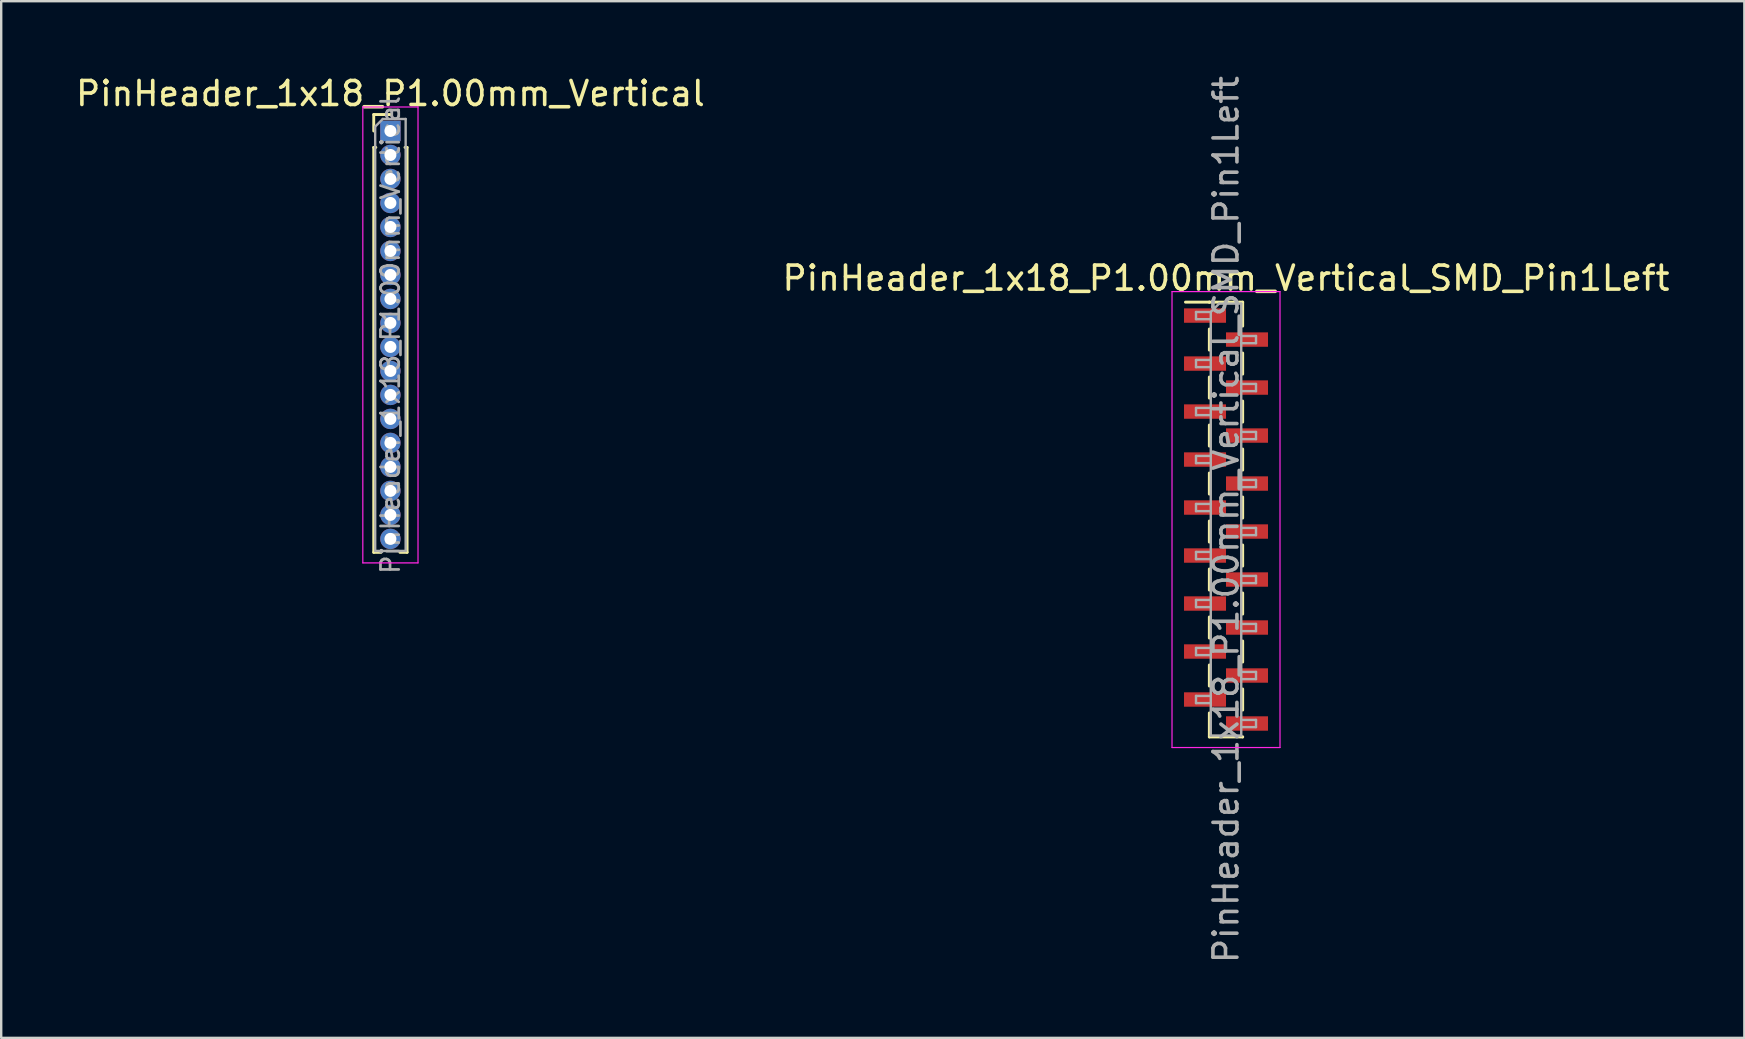
<source format=kicad_pcb>
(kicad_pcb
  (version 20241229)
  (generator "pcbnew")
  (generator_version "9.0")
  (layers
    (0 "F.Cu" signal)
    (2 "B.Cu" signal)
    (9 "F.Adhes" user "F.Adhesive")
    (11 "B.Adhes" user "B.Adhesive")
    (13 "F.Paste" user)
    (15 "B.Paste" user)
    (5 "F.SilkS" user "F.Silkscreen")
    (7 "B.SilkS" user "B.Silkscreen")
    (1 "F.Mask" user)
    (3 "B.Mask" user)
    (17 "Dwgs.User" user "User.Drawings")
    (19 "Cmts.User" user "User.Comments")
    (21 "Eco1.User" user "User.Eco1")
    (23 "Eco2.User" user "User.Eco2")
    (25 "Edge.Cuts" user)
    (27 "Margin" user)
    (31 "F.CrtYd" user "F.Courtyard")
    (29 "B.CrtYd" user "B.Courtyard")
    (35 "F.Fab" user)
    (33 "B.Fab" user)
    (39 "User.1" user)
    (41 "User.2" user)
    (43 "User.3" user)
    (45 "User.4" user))
  (footprint "PinHeader_1x18_P1.00mm_Vertical_SMD_Pin1Left"
    (layer "F.Cu")
    (at 48.042 18.601)
    (property "Reference" "PinHeader_1x18_P1.00mm_Vertical_SMD_Pin1Left" (at 0 -10.06 0) (layer "F.SilkS") (effects (font (size 1 1) (thickness 0.15))))
    (attr smd)
    (fp_line (start -0.695 -9.06) (end -1.69 -9.06) (stroke (width 0.12) (type solid)) (layer "F.SilkS"))
    (fp_line (start -0.695 -9.06) (end -0.695 -9.06) (stroke (width 0.12) (type solid)) (layer "F.SilkS"))
    (fp_line (start -0.695 -9.06) (end 0.695 -9.06) (stroke (width 0.12) (type solid)) (layer "F.SilkS"))
    (fp_line (start -0.695 -7.94) (end -0.695 -7.06) (stroke (width 0.12) (type solid)) (layer "F.SilkS"))
    (fp_line (start -0.695 -5.94) (end -0.695 -5.06) (stroke (width 0.12) (type solid)) (layer "F.SilkS"))
    (fp_line (start -0.695 -3.94) (end -0.695 -3.06) (stroke (width 0.12) (type solid)) (layer "F.SilkS"))
    (fp_line (start -0.695 -1.94) (end -0.695 -1.06) (stroke (width 0.12) (type solid)) (layer "F.SilkS"))
    (fp_line (start -0.695 0.06) (end -0.695 0.94) (stroke (width 0.12) (type solid)) (layer "F.SilkS"))
    (fp_line (start -0.695 2.06) (end -0.695 2.94) (stroke (width 0.12) (type solid)) (layer "F.SilkS"))
    (fp_line (start -0.695 4.06) (end -0.695 4.94) (stroke (width 0.12) (type solid)) (layer "F.SilkS"))
    (fp_line (start -0.695 6.06) (end -0.695 6.94) (stroke (width 0.12) (type solid)) (layer "F.SilkS"))
    (fp_line (start -0.695 8.06) (end -0.695 9.06) (stroke (width 0.12) (type solid)) (layer "F.SilkS"))
    (fp_line (start -0.695 9.06) (end 0.695 9.06) (stroke (width 0.12) (type solid)) (layer "F.SilkS"))
    (fp_line (start 0.695 -9.06) (end 0.695 -8.06) (stroke (width 0.12) (type solid)) (layer "F.SilkS"))
    (fp_line (start 0.695 -6.94) (end 0.695 -6.06) (stroke (width 0.12) (type solid)) (layer "F.SilkS"))
    (fp_line (start 0.695 -4.94) (end 0.695 -4.06) (stroke (width 0.12) (type solid)) (layer "F.SilkS"))
    (fp_line (start 0.695 -2.94) (end 0.695 -2.06) (stroke (width 0.12) (type solid)) (layer "F.SilkS"))
    (fp_line (start 0.695 -0.94) (end 0.695 -0.06) (stroke (width 0.12) (type solid)) (layer "F.SilkS"))
    (fp_line (start 0.695 1.06) (end 0.695 1.94) (stroke (width 0.12) (type solid)) (layer "F.SilkS"))
    (fp_line (start 0.695 3.06) (end 0.695 3.94) (stroke (width 0.12) (type solid)) (layer "F.SilkS"))
    (fp_line (start 0.695 5.06) (end 0.695 5.94) (stroke (width 0.12) (type solid)) (layer "F.SilkS"))
    (fp_line (start 0.695 7.06) (end 0.695 7.94) (stroke (width 0.12) (type solid)) (layer "F.SilkS"))
    (fp_line (start 0.695 9.06) (end 0.695 9.06) (stroke (width 0.12) (type solid)) (layer "F.SilkS"))
    (fp_line (start -2.25 -9.5) (end -2.25 9.5) (stroke (width 0.05) (type solid)) (layer "F.CrtYd"))
    (fp_line (start -2.25 9.5) (end 2.25 9.5) (stroke (width 0.05) (type solid)) (layer "F.CrtYd"))
    (fp_line (start 2.25 -9.5) (end -2.25 -9.5) (stroke (width 0.05) (type solid)) (layer "F.CrtYd"))
    (fp_line (start 2.25 9.5) (end 2.25 -9.5) (stroke (width 0.05) (type solid)) (layer "F.CrtYd"))
    (fp_line (start -1.25 -8.65) (end -1.25 -8.35) (stroke (width 0.1) (type solid)) (layer "F.Fab"))
    (fp_line (start -1.25 -8.35) (end -0.635 -8.35) (stroke (width 0.1) (type solid)) (layer "F.Fab"))
    (fp_line (start -1.25 -6.65) (end -1.25 -6.35) (stroke (width 0.1) (type solid)) (layer "F.Fab"))
    (fp_line (start -1.25 -6.35) (end -0.635 -6.35) (stroke (width 0.1) (type solid)) (layer "F.Fab"))
    (fp_line (start -1.25 -4.65) (end -1.25 -4.35) (stroke (width 0.1) (type solid)) (layer "F.Fab"))
    (fp_line (start -1.25 -4.35) (end -0.635 -4.35) (stroke (width 0.1) (type solid)) (layer "F.Fab"))
    (fp_line (start -1.25 -2.65) (end -1.25 -2.35) (stroke (width 0.1) (type solid)) (layer "F.Fab"))
    (fp_line (start -1.25 -2.35) (end -0.635 -2.35) (stroke (width 0.1) (type solid)) (layer "F.Fab"))
    (fp_line (start -1.25 -0.65) (end -1.25 -0.35) (stroke (width 0.1) (type solid)) (layer "F.Fab"))
    (fp_line (start -1.25 -0.35) (end -0.635 -0.35) (stroke (width 0.1) (type solid)) (layer "F.Fab"))
    (fp_line (start -1.25 1.35) (end -1.25 1.65) (stroke (width 0.1) (type solid)) (layer "F.Fab"))
    (fp_line (start -1.25 1.65) (end -0.635 1.65) (stroke (width 0.1) (type solid)) (layer "F.Fab"))
    (fp_line (start -1.25 3.35) (end -1.25 3.65) (stroke (width 0.1) (type solid)) (layer "F.Fab"))
    (fp_line (start -1.25 3.65) (end -0.635 3.65) (stroke (width 0.1) (type solid)) (layer "F.Fab"))
    (fp_line (start -1.25 5.35) (end -1.25 5.65) (stroke (width 0.1) (type solid)) (layer "F.Fab"))
    (fp_line (start -1.25 5.65) (end -0.635 5.65) (stroke (width 0.1) (type solid)) (layer "F.Fab"))
    (fp_line (start -1.25 7.35) (end -1.25 7.65) (stroke (width 0.1) (type solid)) (layer "F.Fab"))
    (fp_line (start -1.25 7.65) (end -0.635 7.65) (stroke (width 0.1) (type solid)) (layer "F.Fab"))
    (fp_line (start -0.635 -8.65) (end -1.25 -8.65) (stroke (width 0.1) (type solid)) (layer "F.Fab"))
    (fp_line (start -0.635 -8.65) (end -0.285 -9) (stroke (width 0.1) (type solid)) (layer "F.Fab"))
    (fp_line (start -0.635 -6.65) (end -1.25 -6.65) (stroke (width 0.1) (type solid)) (layer "F.Fab"))
    (fp_line (start -0.635 -4.65) (end -1.25 -4.65) (stroke (width 0.1) (type solid)) (layer "F.Fab"))
    (fp_line (start -0.635 -2.65) (end -1.25 -2.65) (stroke (width 0.1) (type solid)) (layer "F.Fab"))
    (fp_line (start -0.635 -0.65) (end -1.25 -0.65) (stroke (width 0.1) (type solid)) (layer "F.Fab"))
    (fp_line (start -0.635 1.35) (end -1.25 1.35) (stroke (width 0.1) (type solid)) (layer "F.Fab"))
    (fp_line (start -0.635 3.35) (end -1.25 3.35) (stroke (width 0.1) (type solid)) (layer "F.Fab"))
    (fp_line (start -0.635 5.35) (end -1.25 5.35) (stroke (width 0.1) (type solid)) (layer "F.Fab"))
    (fp_line (start -0.635 7.35) (end -1.25 7.35) (stroke (width 0.1) (type solid)) (layer "F.Fab"))
    (fp_line (start -0.635 9) (end -0.635 -8.65) (stroke (width 0.1) (type solid)) (layer "F.Fab"))
    (fp_line (start -0.285 -9) (end 0.635 -9) (stroke (width 0.1) (type solid)) (layer "F.Fab"))
    (fp_line (start 0.635 -9) (end 0.635 9) (stroke (width 0.1) (type solid)) (layer "F.Fab"))
    (fp_line (start 0.635 -7.65) (end 1.25 -7.65) (stroke (width 0.1) (type solid)) (layer "F.Fab"))
    (fp_line (start 0.635 -5.65) (end 1.25 -5.65) (stroke (width 0.1) (type solid)) (layer "F.Fab"))
    (fp_line (start 0.635 -3.65) (end 1.25 -3.65) (stroke (width 0.1) (type solid)) (layer "F.Fab"))
    (fp_line (start 0.635 -1.65) (end 1.25 -1.65) (stroke (width 0.1) (type solid)) (layer "F.Fab"))
    (fp_line (start 0.635 0.35) (end 1.25 0.35) (stroke (width 0.1) (type solid)) (layer "F.Fab"))
    (fp_line (start 0.635 2.35) (end 1.25 2.35) (stroke (width 0.1) (type solid)) (layer "F.Fab"))
    (fp_line (start 0.635 4.35) (end 1.25 4.35) (stroke (width 0.1) (type solid)) (layer "F.Fab"))
    (fp_line (start 0.635 6.35) (end 1.25 6.35) (stroke (width 0.1) (type solid)) (layer "F.Fab"))
    (fp_line (start 0.635 8.35) (end 1.25 8.35) (stroke (width 0.1) (type solid)) (layer "F.Fab"))
    (fp_line (start 0.635 9) (end -0.635 9) (stroke (width 0.1) (type solid)) (layer "F.Fab"))
    (fp_line (start 1.25 -7.65) (end 1.25 -7.35) (stroke (width 0.1) (type solid)) (layer "F.Fab"))
    (fp_line (start 1.25 -7.35) (end 0.635 -7.35) (stroke (width 0.1) (type solid)) (layer "F.Fab"))
    (fp_line (start 1.25 -5.65) (end 1.25 -5.35) (stroke (width 0.1) (type solid)) (layer "F.Fab"))
    (fp_line (start 1.25 -5.35) (end 0.635 -5.35) (stroke (width 0.1) (type solid)) (layer "F.Fab"))
    (fp_line (start 1.25 -3.65) (end 1.25 -3.35) (stroke (width 0.1) (type solid)) (layer "F.Fab"))
    (fp_line (start 1.25 -3.35) (end 0.635 -3.35) (stroke (width 0.1) (type solid)) (layer "F.Fab"))
    (fp_line (start 1.25 -1.65) (end 1.25 -1.35) (stroke (width 0.1) (type solid)) (layer "F.Fab"))
    (fp_line (start 1.25 -1.35) (end 0.635 -1.35) (stroke (width 0.1) (type solid)) (layer "F.Fab"))
    (fp_line (start 1.25 0.35) (end 1.25 0.65) (stroke (width 0.1) (type solid)) (layer "F.Fab"))
    (fp_line (start 1.25 0.65) (end 0.635 0.65) (stroke (width 0.1) (type solid)) (layer "F.Fab"))
    (fp_line (start 1.25 2.35) (end 1.25 2.65) (stroke (width 0.1) (type solid)) (layer "F.Fab"))
    (fp_line (start 1.25 2.65) (end 0.635 2.65) (stroke (width 0.1) (type solid)) (layer "F.Fab"))
    (fp_line (start 1.25 4.35) (end 1.25 4.65) (stroke (width 0.1) (type solid)) (layer "F.Fab"))
    (fp_line (start 1.25 4.65) (end 0.635 4.65) (stroke (width 0.1) (type solid)) (layer "F.Fab"))
    (fp_line (start 1.25 6.35) (end 1.25 6.65) (stroke (width 0.1) (type solid)) (layer "F.Fab"))
    (fp_line (start 1.25 6.65) (end 0.635 6.65) (stroke (width 0.1) (type solid)) (layer "F.Fab"))
    (fp_line (start 1.25 8.35) (end 1.25 8.65) (stroke (width 0.1) (type solid)) (layer "F.Fab"))
    (fp_line (start 1.25 8.65) (end 0.635 8.65) (stroke (width 0.1) (type solid)) (layer "F.Fab"))
    (fp_text user "${REFERENCE}" (at 0 0 90) (layer "F.Fab") (effects (font (size 1 1) (thickness 0.15))))
    (pad "1" smd rect (at -0.875 -8.5) (size 1.75 0.6) (layers "F.Cu" "F.Mask" "F.Paste"))
    (pad "2" smd rect (at 0.875 -7.5) (size 1.75 0.6) (layers "F.Cu" "F.Mask" "F.Paste"))
    (pad "3" smd rect (at -0.875 -6.5) (size 1.75 0.6) (layers "F.Cu" "F.Mask" "F.Paste"))
    (pad "4" smd rect (at 0.875 -5.5) (size 1.75 0.6) (layers "F.Cu" "F.Mask" "F.Paste"))
    (pad "5" smd rect (at -0.875 -4.5) (size 1.75 0.6) (layers "F.Cu" "F.Mask" "F.Paste"))
    (pad "6" smd rect (at 0.875 -3.5) (size 1.75 0.6) (layers "F.Cu" "F.Mask" "F.Paste"))
    (pad "7" smd rect (at -0.875 -2.5) (size 1.75 0.6) (layers "F.Cu" "F.Mask" "F.Paste"))
    (pad "8" smd rect (at 0.875 -1.5) (size 1.75 0.6) (layers "F.Cu" "F.Mask" "F.Paste"))
    (pad "9" smd rect (at -0.875 -0.5) (size 1.75 0.6) (layers "F.Cu" "F.Mask" "F.Paste"))
    (pad "10" smd rect (at 0.875 0.5) (size 1.75 0.6) (layers "F.Cu" "F.Mask" "F.Paste"))
    (pad "11" smd rect (at -0.875 1.5) (size 1.75 0.6) (layers "F.Cu" "F.Mask" "F.Paste"))
    (pad "12" smd rect (at 0.875 2.5) (size 1.75 0.6) (layers "F.Cu" "F.Mask" "F.Paste"))
    (pad "13" smd rect (at -0.875 3.5) (size 1.75 0.6) (layers "F.Cu" "F.Mask" "F.Paste"))
    (pad "14" smd rect (at 0.875 4.5) (size 1.75 0.6) (layers "F.Cu" "F.Mask" "F.Paste"))
    (pad "15" smd rect (at -0.875 5.5) (size 1.75 0.6) (layers "F.Cu" "F.Mask" "F.Paste"))
    (pad "16" smd rect (at 0.875 6.5) (size 1.75 0.6) (layers "F.Cu" "F.Mask" "F.Paste"))
    (pad "17" smd rect (at -0.875 7.5) (size 1.75 0.6) (layers "F.Cu" "F.Mask" "F.Paste"))
    (pad "18" smd rect (at 0.875 8.5) (size 1.75 0.6) (layers "F.Cu" "F.Mask" "F.Paste")))
  (footprint "PinHeader_1x18_P1.00mm_Vertical"
    (layer "F.Cu")
    (at 13.22 2.408)
    (property "Reference" "PinHeader_1x18_P1.00mm_Vertical" (at 0 -1.56 0) (layer "F.SilkS") (effects (font (size 1 1) (thickness 0.15))))
    (attr through_hole)
    (fp_line (start -0.695 -0.685) (end 0 -0.685) (stroke (width 0.12) (type solid)) (layer "F.SilkS"))
    (fp_line (start -0.695 0) (end -0.695 -0.685) (stroke (width 0.12) (type solid)) (layer "F.SilkS"))
    (fp_line (start -0.695 0.685) (end -0.695 17.56) (stroke (width 0.12) (type solid)) (layer "F.SilkS"))
    (fp_line (start -0.695 0.685) (end -0.608 0.685) (stroke (width 0.12) (type solid)) (layer "F.SilkS"))
    (fp_line (start -0.695 17.56) (end -0.394 17.56) (stroke (width 0.12) (type solid)) (layer "F.SilkS"))
    (fp_line (start 0.394 17.56) (end 0.695 17.56) (stroke (width 0.12) (type solid)) (layer "F.SilkS"))
    (fp_line (start 0.608 0.685) (end 0.695 0.685) (stroke (width 0.12) (type solid)) (layer "F.SilkS"))
    (fp_line (start 0.695 0.685) (end 0.695 17.56) (stroke (width 0.12) (type solid)) (layer "F.SilkS"))
    (fp_line (start -1.15 -1) (end -1.15 18) (stroke (width 0.05) (type solid)) (layer "F.CrtYd"))
    (fp_line (start -1.15 18) (end 1.15 18) (stroke (width 0.05) (type solid)) (layer "F.CrtYd"))
    (fp_line (start 1.15 -1) (end -1.15 -1) (stroke (width 0.05) (type solid)) (layer "F.CrtYd"))
    (fp_line (start 1.15 18) (end 1.15 -1) (stroke (width 0.05) (type solid)) (layer "F.CrtYd"))
    (fp_line (start -0.635 -0.182) (end -0.318 -0.5) (stroke (width 0.1) (type solid)) (layer "F.Fab"))
    (fp_line (start -0.635 17.5) (end -0.635 -0.182) (stroke (width 0.1) (type solid)) (layer "F.Fab"))
    (fp_line (start -0.318 -0.5) (end 0.635 -0.5) (stroke (width 0.1) (type solid)) (layer "F.Fab"))
    (fp_line (start 0.635 -0.5) (end 0.635 17.5) (stroke (width 0.1) (type solid)) (layer "F.Fab"))
    (fp_line (start 0.635 17.5) (end -0.635 17.5) (stroke (width 0.1) (type solid)) (layer "F.Fab"))
    (fp_text user "${REFERENCE}" (at 0 8.5 90) (layer "F.Fab") (effects (font (size 0.76 0.76) (thickness 0.114))))
    (pad "1" thru_hole rect (at 0 0) (size 0.85 0.85) (drill 0.5) (layers "*.Cu" "*.Mask"))
    (pad "2" thru_hole oval (at 0 1) (size 0.85 0.85) (drill 0.5) (layers "*.Cu" "*.Mask"))
    (pad "3" thru_hole oval (at 0 2) (size 0.85 0.85) (drill 0.5) (layers "*.Cu" "*.Mask"))
    (pad "4" thru_hole oval (at 0 3) (size 0.85 0.85) (drill 0.5) (layers "*.Cu" "*.Mask"))
    (pad "5" thru_hole oval (at 0 4) (size 0.85 0.85) (drill 0.5) (layers "*.Cu" "*.Mask"))
    (pad "6" thru_hole oval (at 0 5) (size 0.85 0.85) (drill 0.5) (layers "*.Cu" "*.Mask"))
    (pad "7" thru_hole oval (at 0 6) (size 0.85 0.85) (drill 0.5) (layers "*.Cu" "*.Mask"))
    (pad "8" thru_hole oval (at 0 7) (size 0.85 0.85) (drill 0.5) (layers "*.Cu" "*.Mask"))
    (pad "9" thru_hole oval (at 0 8) (size 0.85 0.85) (drill 0.5) (layers "*.Cu" "*.Mask"))
    (pad "10" thru_hole oval (at 0 9) (size 0.85 0.85) (drill 0.5) (layers "*.Cu" "*.Mask"))
    (pad "11" thru_hole oval (at 0 10) (size 0.85 0.85) (drill 0.5) (layers "*.Cu" "*.Mask"))
    (pad "12" thru_hole oval (at 0 11) (size 0.85 0.85) (drill 0.5) (layers "*.Cu" "*.Mask"))
    (pad "13" thru_hole oval (at 0 12) (size 0.85 0.85) (drill 0.5) (layers "*.Cu" "*.Mask"))
    (pad "14" thru_hole oval (at 0 13) (size 0.85 0.85) (drill 0.5) (layers "*.Cu" "*.Mask"))
    (pad "15" thru_hole oval (at 0 14) (size 0.85 0.85) (drill 0.5) (layers "*.Cu" "*.Mask"))
    (pad "16" thru_hole oval (at 0 15) (size 0.85 0.85) (drill 0.5) (layers "*.Cu" "*.Mask"))
    (pad "17" thru_hole oval (at 0 16) (size 0.85 0.85) (drill 0.5) (layers "*.Cu" "*.Mask"))
    (pad "18" thru_hole oval (at 0 17) (size 0.85 0.85) (drill 0.5) (layers "*.Cu" "*.Mask")))
  (gr_rect
    (start -3 -3)
    (end 69.643 40.202)
    (stroke (width 0.1) (type default))
    (fill no)
    (layer "Edge.Cuts")))
</source>
